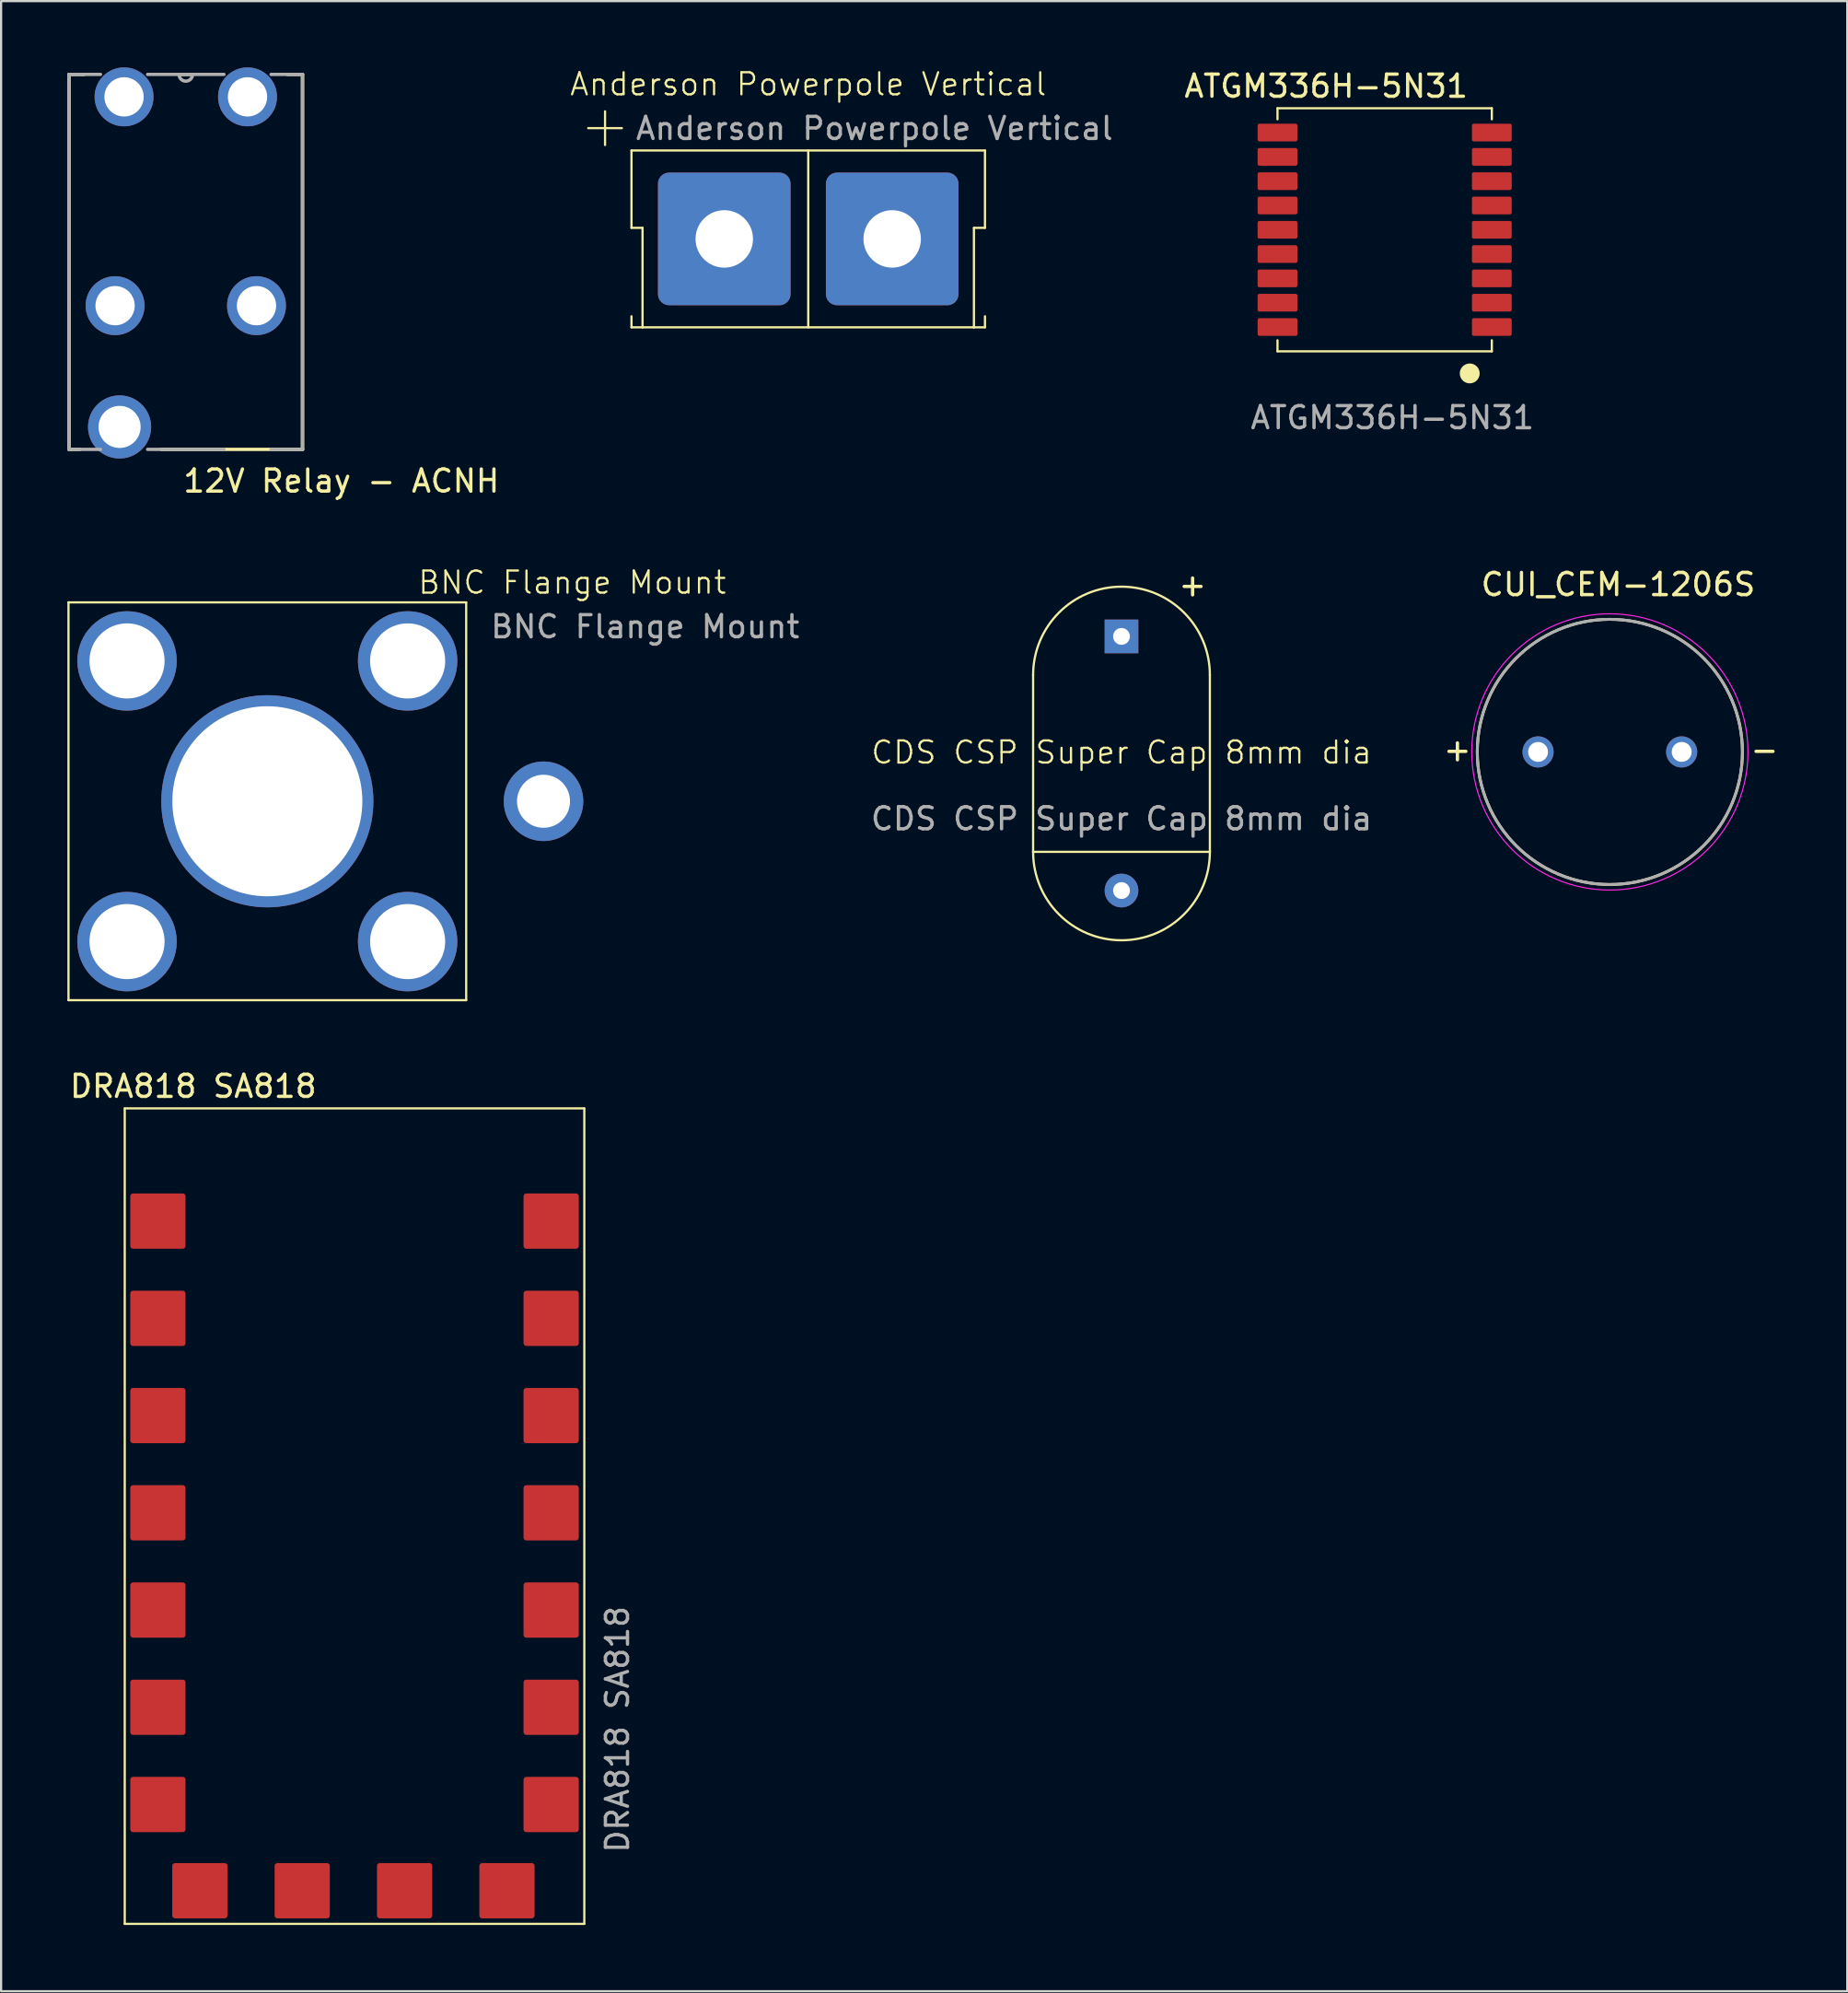
<source format=kicad_pcb>
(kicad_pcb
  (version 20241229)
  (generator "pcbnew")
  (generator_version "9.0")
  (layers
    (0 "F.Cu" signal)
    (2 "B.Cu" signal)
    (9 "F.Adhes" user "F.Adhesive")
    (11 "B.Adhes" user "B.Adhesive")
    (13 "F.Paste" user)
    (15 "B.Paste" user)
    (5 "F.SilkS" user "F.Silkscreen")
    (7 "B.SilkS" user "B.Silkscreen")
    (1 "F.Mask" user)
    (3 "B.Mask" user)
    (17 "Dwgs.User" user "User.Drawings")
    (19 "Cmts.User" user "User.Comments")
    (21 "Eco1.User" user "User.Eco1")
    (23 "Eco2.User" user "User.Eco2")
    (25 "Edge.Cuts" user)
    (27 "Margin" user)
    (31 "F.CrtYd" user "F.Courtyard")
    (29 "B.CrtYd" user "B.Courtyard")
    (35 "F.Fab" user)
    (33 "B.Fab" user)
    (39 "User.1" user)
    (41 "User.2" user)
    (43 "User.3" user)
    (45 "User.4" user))
  (footprint "CDS CSP Super Cap 8mm dia"
    (layer "F.Cu")
    (at 47.71 31.498)
    (property "Reference" "CDS CSP Super Cap 8mm dia" (at 0 -0.5 0) (unlocked yes) (layer "F.SilkS") (effects (font (size 1 1) (thickness 0.1))))
    (attr through_hole)
    (fp_line (start -4 4) (end -4 -4) (stroke (width 0.1) (type default)) (layer "F.SilkS"))
    (fp_line (start -4 4) (end 4 4) (stroke (width 0.1) (type default)) (layer "F.SilkS"))
    (fp_line (start 4 -4) (end 4 4) (stroke (width 0.1) (type default)) (layer "F.SilkS"))
    (fp_arc (start -4 -4) (mid 0 -8) (end 4 -4) (stroke (width 0.1) (type default)) (layer "F.SilkS"))
    (fp_arc (start 4 4) (mid 0 8) (end -4 4) (stroke (width 0.1) (type default)) (layer "F.SilkS"))
    (fp_text user "+" (at 2.5 -7.5 0) (unlocked yes) (layer "F.SilkS") (effects (font (size 1 1) (thickness 0.15)) (justify left bottom)))
    (fp_text user "${REFERENCE}" (at 0 2.5 0) (unlocked yes) (layer "F.Fab") (effects (font (size 1 1) (thickness 0.15))))
    (pad "1" thru_hole rect (at 0 -5.75) (size 1.524 1.524) (drill 0.762) (layers "*.Cu" "*.Mask"))
    (pad "2" thru_hole circle (at 0 5.75) (size 1.524 1.524) (drill 0.762) (layers "*.Cu" "*.Mask")))
  (footprint "DRA818 SA818"
    (layer "F.Cu")
    (at 12.396 64.206)
    (property "Reference" "DRA818 SA818" (at -6.7 -18.1 0) (unlocked yes) (layer "F.SilkS") (effects (font (size 1 1) (thickness 0.15))))
    (attr smd)
    (fp_line (start -9.8 -17.1) (end 11 -17.1) (stroke (width 0.1) (type default)) (layer "F.SilkS"))
    (fp_line (start -9.8 19.8) (end -9.8 -17.1) (stroke (width 0.1) (type default)) (layer "F.SilkS"))
    (fp_line (start 11 -17.1) (end 11 19.8) (stroke (width 0.1) (type default)) (layer "F.SilkS"))
    (fp_line (start 11 19.8) (end -9.8 19.8) (stroke (width 0.1) (type default)) (layer "F.SilkS"))
    (fp_text user "${REFERENCE}" (at 12.5 11 90) (unlocked yes) (layer "F.Fab") (effects (font (size 1 1) (thickness 0.15))))
    (pad "1" smd roundrect (at 9.5 -12) (size 2.5 2.5) (layers "F.Cu" "F.Mask" "F.Paste") (roundrect_rratio 0.05))
    (pad "2" smd roundrect (at 9.5 -7.6) (size 2.5 2.5) (layers "F.Cu" "F.Mask" "F.Paste") (roundrect_rratio 0.05))
    (pad "3" smd roundrect (at 9.5 -3.2) (size 2.5 2.5) (layers "F.Cu" "F.Mask" "F.Paste") (roundrect_rratio 0.05))
    (pad "4" smd roundrect (at 9.5 1.2) (size 2.5 2.5) (layers "F.Cu" "F.Mask" "F.Paste") (roundrect_rratio 0.05))
    (pad "5" smd roundrect (at 9.5 5.6) (size 2.5 2.5) (layers "F.Cu" "F.Mask" "F.Paste") (roundrect_rratio 0.05))
    (pad "6" smd roundrect (at 9.5 10) (size 2.5 2.5) (layers "F.Cu" "F.Mask" "F.Paste") (roundrect_rratio 0.05))
    (pad "7" smd roundrect (at 9.5 14.4) (size 2.5 2.5) (layers "F.Cu" "F.Mask" "F.Paste") (roundrect_rratio 0.05))
    (pad "8" smd roundrect (at 7.5 18.3) (size 2.5 2.5) (layers "F.Cu" "F.Mask" "F.Paste") (roundrect_rratio 0.05))
    (pad "9" smd roundrect (at 2.867 18.3) (size 2.5 2.5) (layers "F.Cu" "F.Mask" "F.Paste") (roundrect_rratio 0.05))
    (pad "10" smd roundrect (at -1.767 18.3) (size 2.5 2.5) (layers "F.Cu" "F.Mask" "F.Paste") (roundrect_rratio 0.05))
    (pad "11" smd roundrect (at -6.4 18.3) (size 2.5 2.5) (layers "F.Cu" "F.Mask" "F.Paste") (roundrect_rratio 0.05))
    (pad "12" smd roundrect (at -8.3 14.4) (size 2.5 2.5) (layers "F.Cu" "F.Mask" "F.Paste") (roundrect_rratio 0.05))
    (pad "13" smd roundrect (at -8.3 10) (size 2.5 2.5) (layers "F.Cu" "F.Mask" "F.Paste") (roundrect_rratio 0.05))
    (pad "14" smd roundrect (at -8.3 5.6) (size 2.5 2.5) (layers "F.Cu" "F.Mask" "F.Paste") (roundrect_rratio 0.05))
    (pad "15" smd roundrect (at -8.3 1.2) (size 2.5 2.5) (layers "F.Cu" "F.Mask" "F.Paste") (roundrect_rratio 0.05))
    (pad "16" smd roundrect (at -8.3 -3.2) (size 2.5 2.5) (layers "F.Cu" "F.Mask" "F.Paste") (roundrect_rratio 0.05))
    (pad "17" smd roundrect (at -8.3 -7.6) (size 2.5 2.5) (layers "F.Cu" "F.Mask" "F.Paste") (roundrect_rratio 0.05))
    (pad "18" smd roundrect (at -8.3 -12) (size 2.5 2.5) (layers "F.Cu" "F.Mask" "F.Paste") (roundrect_rratio 0.05))
    (zone (net_name "") (layer "F.SilkS") (hatch edge 0.5) (connect_pads) (min_thickness 0.25) (filled_areas_thickness no) (keepout (tracks not_allowed) (vias not_allowed) (pads not_allowed) (copperpour not_allowed) (footprints not_allowed)) (placement (enabled no)) (fill) (polygon (pts (xy 9.096 72.006) (xy 9.096 80.406) (xy 16.796 80.406) (xy 16.796 72.006))))
    (zone (net_name "") (layer "F.SilkS") (hatch edge 0.5) (connect_pads) (min_thickness 0.25) (filled_areas_thickness no) (keepout (tracks not_allowed) (vias not_allowed) (pads not_allowed) (copperpour not_allowed) (footprints not_allowed)) (placement (enabled no)) (fill) (polygon (pts (xy 2.996 47.506) (xy 23.096 47.506) (xy 23.096 50.306) (xy 19.996 50.306) (xy 19.996 53.506) (xy 9.696 53.506) (xy 9.696 50.306) (xy 2.996 50.306)))))
  (footprint "CUI_CEM-1206S"
    (layer "F.Cu")
    (at 69.814 30.975)
    (property "Reference" "CUI_CEM-1206S" (at 0.377 -7.576 0) (layer "F.SilkS") (effects (font (size 1.005 1.005) (thickness 0.15))))
    (attr through_hole)
    (fp_circle (center 0 0) (end 6 0) (stroke (width 0.127) (type solid)) (fill no) (layer "F.SilkS"))
    (fp_circle (center 0 0) (end 6.25 0) (stroke (width 0.05) (type solid)) (fill no) (layer "F.CrtYd"))
    (fp_circle (center 0 0) (end 6 0) (stroke (width 0.127) (type solid)) (fill no) (layer "F.Fab"))
    (fp_text user "-" (at 7 -0.1 0) (layer "F.SilkS") (effects (font (size 1.003 1.003) (thickness 0.15))))
    (fp_text user "+" (at -6.9 -0.1 0) (layer "F.SilkS") (effects (font (size 1.004 1.004) (thickness 0.15))))
    (pad "N" thru_hole circle (at 3.25 0) (size 1.408 1.408) (drill 0.9) (layers "*.Cu" "*.Mask"))
    (pad "P" thru_hole circle (at -3.25 0) (size 1.408 1.408) (drill 0.9) (layers "*.Cu" "*.Mask")))
  (footprint "Anderson Powerpole Vertical"
    (layer "F.Cu")
    (at 33.531 7.761)
    (property "Reference" "Anderson Powerpole Vertical" (at 0 -7 0) (unlocked yes) (layer "F.SilkS") (effects (font (size 1 1) (thickness 0.1))))
    (attr through_hole)
    (fp_line (start -8 -0.5) (end -8 -4) (stroke (width 0.1) (type default)) (layer "F.SilkS"))
    (fp_line (start -8 4) (end -8 3.5) (stroke (width 0.1) (type default)) (layer "F.SilkS"))
    (fp_line (start -7.5 -0.5) (end -8 -0.5) (stroke (width 0.1) (type default)) (layer "F.SilkS"))
    (fp_line (start -7.5 -0.5) (end -7.5 4) (stroke (width 0.1) (type default)) (layer "F.SilkS"))
    (fp_line (start -7.5 4) (end -8 4) (stroke (width 0.1) (type default)) (layer "F.SilkS"))
    (fp_line (start -7.5 4) (end 7.5 4) (stroke (width 0.1) (type default)) (layer "F.SilkS"))
    (fp_line (start 0 -4) (end 0 4) (stroke (width 0.1) (type default)) (layer "F.SilkS"))
    (fp_line (start 7.5 -0.5) (end 7.5 4) (stroke (width 0.1) (type default)) (layer "F.SilkS"))
    (fp_line (start 7.5 4) (end 8 4) (stroke (width 0.1) (type default)) (layer "F.SilkS"))
    (fp_line (start 8 -4) (end -8 -4) (stroke (width 0.1) (type default)) (layer "F.SilkS"))
    (fp_line (start 8 -0.5) (end 7.5 -0.5) (stroke (width 0.1) (type default)) (layer "F.SilkS"))
    (fp_line (start 8 -0.5) (end 8 -4) (stroke (width 0.1) (type default)) (layer "F.SilkS"))
    (fp_line (start 8 4) (end 8 3.5) (stroke (width 0.1) (type default)) (layer "F.SilkS"))
    (fp_text user "+" (at -10.5 -4 0) (unlocked yes) (layer "F.SilkS") (effects (font (size 2 2) (thickness 0.1)) (justify left bottom)))
    (fp_text user "${REFERENCE}" (at 3 -5 0) (unlocked yes) (layer "F.Fab") (effects (font (size 1 1) (thickness 0.15))))
    (pad "1" thru_hole roundrect (at -3.8 0) (size 6 6) (drill 2.6) (layers "*.Cu" "*.Mask") (roundrect_rratio 0.083))
    (pad "2" thru_hole roundrect (at 3.8 0) (size 6 6) (drill 2.6) (layers "*.Cu" "*.Mask") (roundrect_rratio 0.083)))
  (footprint "12V Relay - ACNH"
    (layer "F.Cu")
    (at 5.359 8.801)
    (property "Reference" "12V Relay - ACNH" (at -0.2 10.5 0) (unlocked yes) (layer "F.SilkS") (effects (font (size 1 1) (thickness 0.15)) (justify left bottom)))
    (fp_line (start -5.283 -8.484) (end -5.283 8.484) (stroke (width 0.152) (type solid)) (layer "F.SilkS"))
    (fp_line (start -5.283 8.484) (end -4.8 8.484) (stroke (width 0.152) (type solid)) (layer "F.SilkS"))
    (fp_line (start -4.6 -8.484) (end -5.283 -8.484) (stroke (width 0.152) (type solid)) (layer "F.SilkS"))
    (fp_line (start 0.305 -8.484) (end -0.305 -8.484) (stroke (width 0.152) (type solid)) (layer "F.SilkS"))
    (fp_line (start 5.283 -8.484) (end 4.6 -8.484) (stroke (width 0.152) (type solid)) (layer "F.SilkS"))
    (fp_line (start 5.283 8.484) (end -1.1 8.484) (stroke (width 0.152) (type default)) (layer "F.SilkS"))
    (fp_line (start 5.283 8.484) (end 5.283 -8.484) (stroke (width 0.152) (type solid)) (layer "F.SilkS"))
    (fp_line (start -5.283 -8.484) (end -5.283 8.484) (stroke (width 0.152) (type solid)) (layer "F.Fab"))
    (fp_line (start -5.283 8.484) (end -3.861 8.484) (stroke (width 0.152) (type solid)) (layer "F.Fab"))
    (fp_line (start -3.861 -8.484) (end -5.283 -8.484) (stroke (width 0.152) (type solid)) (layer "F.Fab"))
    (fp_line (start -1.727 8.484) (end 1.727 8.484) (stroke (width 0.152) (type solid)) (layer "F.Fab"))
    (fp_line (start -0.305 -8.484) (end -1.727 -8.484) (stroke (width 0.152) (type solid)) (layer "F.Fab"))
    (fp_line (start 0.305 -8.484) (end -0.305 -8.484) (stroke (width 0.152) (type solid)) (layer "F.Fab"))
    (fp_line (start 1.727 -8.484) (end 0.305 -8.484) (stroke (width 0.152) (type solid)) (layer "F.Fab"))
    (fp_line (start 3.861 8.484) (end 5.283 8.484) (stroke (width 0.152) (type solid)) (layer "F.Fab"))
    (fp_line (start 5.283 -8.484) (end 3.861 -8.484) (stroke (width 0.152) (type solid)) (layer "F.Fab"))
    (fp_line (start 5.283 8.484) (end 5.283 -8.484) (stroke (width 0.152) (type solid)) (layer "F.Fab"))
    (fp_arc (start 0.3048 -8.4836) (mid 0 -8.1788) (end -0.3048 -8.4836) (stroke (width 0.1524) (type solid)) (layer "F.Fab"))
    (pad "1" thru_hole circle (at -2.794 -7.468) (size 2.667 2.667) (drill 1.778) (layers "*.Cu" "*.Mask"))
    (pad "2" thru_hole circle (at -3.2 1.981) (size 2.667 2.667) (drill 1.778) (layers "*.Cu" "*.Mask"))
    (pad "3" thru_hole circle (at -2.997 7.468) (size 2.857 2.857) (drill 1.905) (layers "*.Cu" "*.Mask"))
    (pad "5" thru_hole circle (at 3.2 1.981 180) (size 2.667 2.667) (drill 1.778) (layers "*.Cu" "*.Mask"))
    (pad "6" thru_hole circle (at 2.794 -7.468) (size 2.667 2.667) (drill 1.778) (layers "*.Cu" "*.Mask")))
  (footprint "ATGM336H-5N31"
    (layer "F.Cu")
    (at 59.471 7.348)
    (property "Reference" "ATGM336H-5N31" (at -2.5 -6.5 0) (unlocked yes) (layer "F.SilkS") (effects (font (size 1 1) (thickness 0.15))))
    (attr smd)
    (fp_line (start -4.7 -5.5) (end 5 -5.5) (stroke (width 0.1) (type default)) (layer "F.SilkS"))
    (fp_line (start -4.7 -5) (end -4.7 -5.5) (stroke (width 0.1) (type default)) (layer "F.SilkS"))
    (fp_line (start -4.7 5.5) (end -4.7 5) (stroke (width 0.1) (type default)) (layer "F.SilkS"))
    (fp_line (start 5 -5.5) (end 5 -5) (stroke (width 0.1) (type default)) (layer "F.SilkS"))
    (fp_line (start 5 5) (end 5 5.5) (stroke (width 0.1) (type default)) (layer "F.SilkS"))
    (fp_line (start 5 5.5) (end -4.7 5.5) (stroke (width 0.1) (type default)) (layer "F.SilkS"))
    (fp_circle (center 4 6.5) (end 4.4 6.5) (stroke (width 0.1) (type solid)) (fill yes) (layer "F.SilkS"))
    (fp_text user "${REFERENCE}" (at 0.5 8.5 0) (unlocked yes) (layer "F.Fab") (effects (font (size 1 1) (thickness 0.15))))
    (pad "1" smd roundrect (at 5 4.4) (size 1.8 0.8) (layers "F.Cu" "F.Mask" "F.Paste") (roundrect_rratio 0.1))
    (pad "2" smd roundrect (at 5 3.3) (size 1.8 0.8) (layers "F.Cu" "F.Mask" "F.Paste") (roundrect_rratio 0.1))
    (pad "3" smd roundrect (at 5 2.2) (size 1.8 0.8) (layers "F.Cu" "F.Mask" "F.Paste") (roundrect_rratio 0.1))
    (pad "4" smd roundrect (at 5 1.1) (size 1.8 0.8) (layers "F.Cu" "F.Mask" "F.Paste") (roundrect_rratio 0.1))
    (pad "5" smd roundrect (at 5 0) (size 1.8 0.8) (layers "F.Cu" "F.Mask" "F.Paste") (roundrect_rratio 0.1))
    (pad "6" smd roundrect (at 5 -1.1) (size 1.8 0.8) (layers "F.Cu" "F.Mask" "F.Paste") (roundrect_rratio 0.1))
    (pad "7" smd roundrect (at 5 -2.2) (size 1.8 0.8) (layers "F.Cu" "F.Mask" "F.Paste") (roundrect_rratio 0.1))
    (pad "8" smd roundrect (at 5 -3.3) (size 1.8 0.8) (layers "F.Cu" "F.Mask" "F.Paste") (roundrect_rratio 0.1))
    (pad "9" smd roundrect (at 5 -4.4) (size 1.8 0.8) (layers "F.Cu" "F.Mask" "F.Paste") (roundrect_rratio 0.1))
    (pad "10" smd roundrect (at -4.7 -4.4) (size 1.8 0.8) (layers "F.Cu" "F.Mask" "F.Paste") (roundrect_rratio 0.1))
    (pad "11" smd roundrect (at -4.7 -3.3) (size 1.8 0.8) (layers "F.Cu" "F.Mask" "F.Paste") (roundrect_rratio 0.1))
    (pad "12" smd roundrect (at -4.7 -2.2) (size 1.8 0.8) (layers "F.Cu" "F.Mask" "F.Paste") (roundrect_rratio 0.1))
    (pad "13" smd roundrect (at -4.7 -1.1) (size 1.8 0.8) (layers "F.Cu" "F.Mask" "F.Paste") (roundrect_rratio 0.1))
    (pad "14" smd roundrect (at -4.7 0) (size 1.8 0.8) (layers "F.Cu" "F.Mask" "F.Paste") (roundrect_rratio 0.1))
    (pad "15" smd roundrect (at -4.7 1.1) (size 1.8 0.8) (layers "F.Cu" "F.Mask" "F.Paste") (roundrect_rratio 0.1))
    (pad "16" smd roundrect (at -4.7 2.2) (size 1.8 0.8) (layers "F.Cu" "F.Mask" "F.Paste") (roundrect_rratio 0.1))
    (pad "17" smd roundrect (at -4.7 3.3) (size 1.8 0.8) (layers "F.Cu" "F.Mask" "F.Paste") (roundrect_rratio 0.1))
    (pad "18" smd roundrect (at -4.7 4.4) (size 1.8 0.8) (layers "F.Cu" "F.Mask" "F.Paste") (roundrect_rratio 0.1)))
  (footprint "BNC Flange Mount"
    (layer "F.Cu")
    (at 9.05 33.208)
    (property "Reference" "BNC Flange Mount" (at 13.8 -9.9 0) (unlocked yes) (layer "F.SilkS") (effects (font (size 1 1) (thickness 0.1))))
    (attr smd)
    (fp_line (start -9 -9) (end 9 -9) (stroke (width 0.1) (type solid)) (layer "F.SilkS"))
    (fp_line (start -9 9) (end -9 -9) (stroke (width 0.1) (type default)) (layer "F.SilkS"))
    (fp_line (start 9 -9) (end 9 9) (stroke (width 0.1) (type default)) (layer "F.SilkS"))
    (fp_line (start 9 9) (end -9 9) (stroke (width 0.1) (type solid)) (layer "F.SilkS"))
    (fp_text user "${REFERENCE}" (at 17.1 -7.9 0) (unlocked yes) (layer "F.Fab") (effects (font (size 1 1) (thickness 0.15))))
    (pad "1" thru_hole circle (at 12.5 0) (size 3.6 3.6) (drill 2.4) (layers "*.Cu" "*.Mask"))
    (pad "2" thru_hole circle (at -6.35 -6.35) (size 4.5 4.5) (drill 3.4) (layers "*.Cu" "*.Mask"))
    (pad "2" thru_hole circle (at -6.35 6.35) (size 4.5 4.5) (drill 3.4) (layers "*.Cu" "*.Mask"))
    (pad "2" thru_hole circle (at 0 0) (size 9.6 9.6) (drill 8.6) (layers "*.Cu" "*.Mask"))
    (pad "2" thru_hole circle (at 6.35 -6.35) (size 4.5 4.5) (drill 3.4) (layers "*.Cu" "*.Mask"))
    (pad "2" thru_hole circle (at 6.35 6.35) (size 4.5 4.5) (drill 3.4) (layers "*.Cu" "*.Mask"))
    (zone (net_name "") (layer "F.SilkS") (hatch edge 0.5) (connect_pads) (min_thickness 0.25) (filled_areas_thickness no) (keepout (tracks not_allowed) (vias not_allowed) (pads not_allowed) (copperpour allowed) (footprints allowed)) (placement (enabled no)) (fill) (polygon (pts (xy 0.05 24.208) (xy 18.05 24.208) (xy 18.05 42.208) (xy 0.05 42.208)))))
  (gr_rect
    (start -3 -3)
    (end 80.559 87.056)
    (stroke (width 0.1) (type default))
    (fill no)
    (layer "Edge.Cuts")))
</source>
